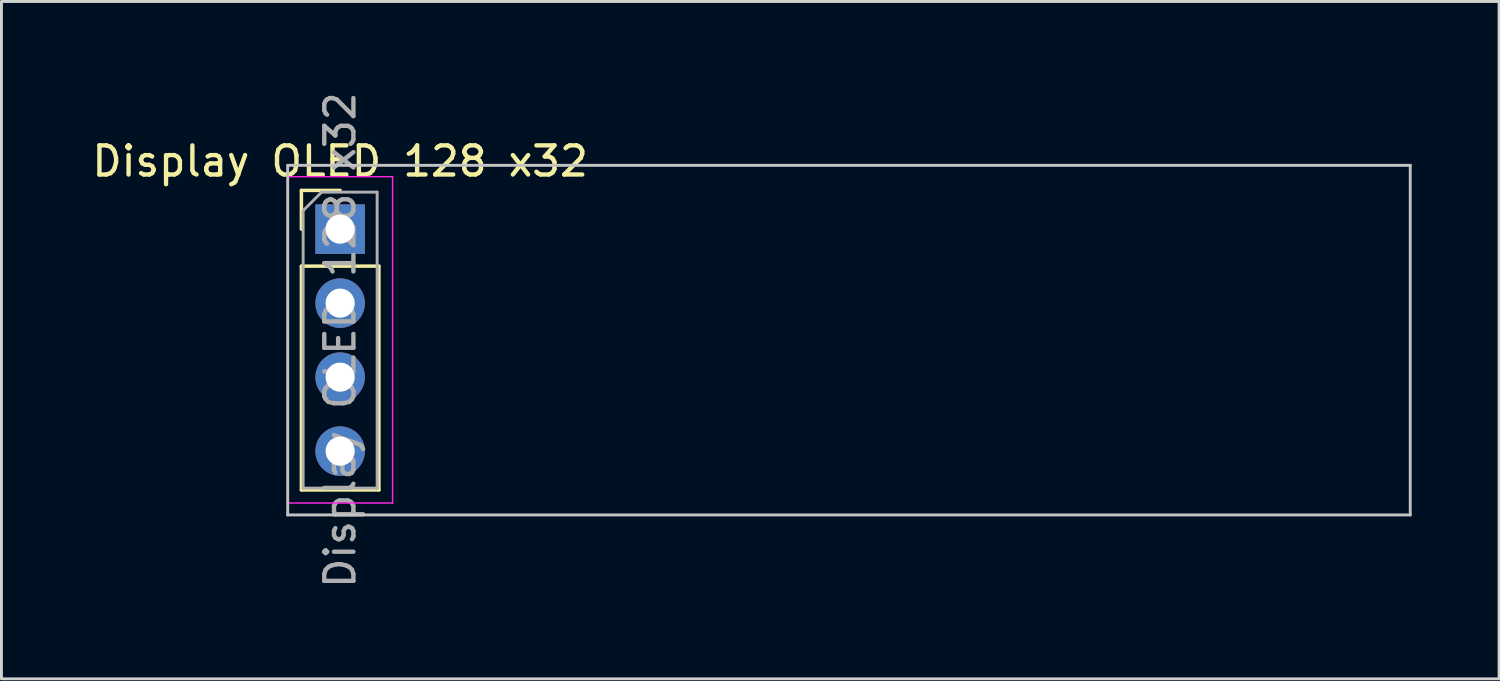
<source format=kicad_pcb>
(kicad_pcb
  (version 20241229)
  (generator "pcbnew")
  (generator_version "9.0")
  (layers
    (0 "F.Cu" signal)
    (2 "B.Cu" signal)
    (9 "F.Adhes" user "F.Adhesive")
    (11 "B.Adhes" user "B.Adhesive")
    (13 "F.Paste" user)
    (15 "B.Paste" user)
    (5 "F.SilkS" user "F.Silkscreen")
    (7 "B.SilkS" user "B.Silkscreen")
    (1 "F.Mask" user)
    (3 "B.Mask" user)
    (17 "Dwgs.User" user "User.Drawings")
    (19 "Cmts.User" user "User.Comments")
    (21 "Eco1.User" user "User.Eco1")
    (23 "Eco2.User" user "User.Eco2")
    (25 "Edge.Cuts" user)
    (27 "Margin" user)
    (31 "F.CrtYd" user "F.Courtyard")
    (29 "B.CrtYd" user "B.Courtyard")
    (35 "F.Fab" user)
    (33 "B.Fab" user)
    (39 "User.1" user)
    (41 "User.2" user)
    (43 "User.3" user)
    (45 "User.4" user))
  (footprint "Display OLED 128 x32"
    (layer "F.Cu")
    (at 8.625 4.815)
    (property "Reference" "Display OLED 128 x32" (at 0 -2.33 0) (layer "F.SilkS") (effects (font (size 1 1) (thickness 0.15))))
    (attr through_hole)
    (fp_line (start -1.33 -1.33) (end 0 -1.33) (stroke (width 0.12) (type solid)) (layer "F.SilkS"))
    (fp_line (start -1.33 0) (end -1.33 -1.33) (stroke (width 0.12) (type solid)) (layer "F.SilkS"))
    (fp_line (start -1.33 1.27) (end -1.33 8.95) (stroke (width 0.12) (type solid)) (layer "F.SilkS"))
    (fp_line (start -1.33 1.27) (end 1.33 1.27) (stroke (width 0.12) (type solid)) (layer "F.SilkS"))
    (fp_line (start -1.33 8.95) (end 1.33 8.95) (stroke (width 0.12) (type solid)) (layer "F.SilkS"))
    (fp_line (start 1.33 1.27) (end 1.33 8.95) (stroke (width 0.12) (type solid)) (layer "F.SilkS"))
    (fp_line (start -1.8 -2.19) (end 36.73 -2.19) (stroke (width 0.1) (type default)) (layer "Dwgs.User"))
    (fp_line (start -1.8 9.81) (end -1.8 -2.19) (stroke (width 0.1) (type default)) (layer "Dwgs.User"))
    (fp_line (start -1.8 9.81) (end 36.73 9.81) (stroke (width 0.1) (type default)) (layer "Dwgs.User"))
    (fp_line (start 36.73 -2.19) (end 36.73 9.81) (stroke (width 0.1) (type default)) (layer "Dwgs.User"))
    (fp_line (start -1.8 -1.8) (end -1.8 9.4) (stroke (width 0.05) (type solid)) (layer "F.CrtYd"))
    (fp_line (start -1.8 9.4) (end 1.8 9.4) (stroke (width 0.05) (type solid)) (layer "F.CrtYd"))
    (fp_line (start 1.8 -1.8) (end -1.8 -1.8) (stroke (width 0.05) (type solid)) (layer "F.CrtYd"))
    (fp_line (start 1.8 9.4) (end 1.8 -1.8) (stroke (width 0.05) (type solid)) (layer "F.CrtYd"))
    (fp_line (start -1.27 -0.635) (end -0.635 -1.27) (stroke (width 0.1) (type solid)) (layer "F.Fab"))
    (fp_line (start -1.27 8.89) (end -1.27 -0.635) (stroke (width 0.1) (type solid)) (layer "F.Fab"))
    (fp_line (start -0.635 -1.27) (end 1.27 -1.27) (stroke (width 0.1) (type solid)) (layer "F.Fab"))
    (fp_line (start 1.27 -1.27) (end 1.27 8.89) (stroke (width 0.1) (type solid)) (layer "F.Fab"))
    (fp_line (start 1.27 8.89) (end -1.27 8.89) (stroke (width 0.1) (type solid)) (layer "F.Fab"))
    (fp_text user "${REFERENCE}" (at 0 3.81 90) (layer "F.Fab") (effects (font (size 1 1) (thickness 0.15))))
    (pad "1" thru_hole rect (at 0 0) (size 1.7 1.7) (drill 1) (layers "*.Cu" "*.Mask"))
    (pad "2" thru_hole oval (at 0 2.54) (size 1.7 1.7) (drill 1) (layers "*.Cu" "*.Mask"))
    (pad "3" thru_hole oval (at 0 5.08) (size 1.7 1.7) (drill 1) (layers "*.Cu" "*.Mask"))
    (pad "4" thru_hole oval (at 0 7.62) (size 1.7 1.7) (drill 1) (layers "*.Cu" "*.Mask")))
  (gr_rect
    (start -3 -3)
    (end 48.405 20.25)
    (stroke (width 0.1) (type default))
    (fill no)
    (layer "Edge.Cuts")))
</source>
